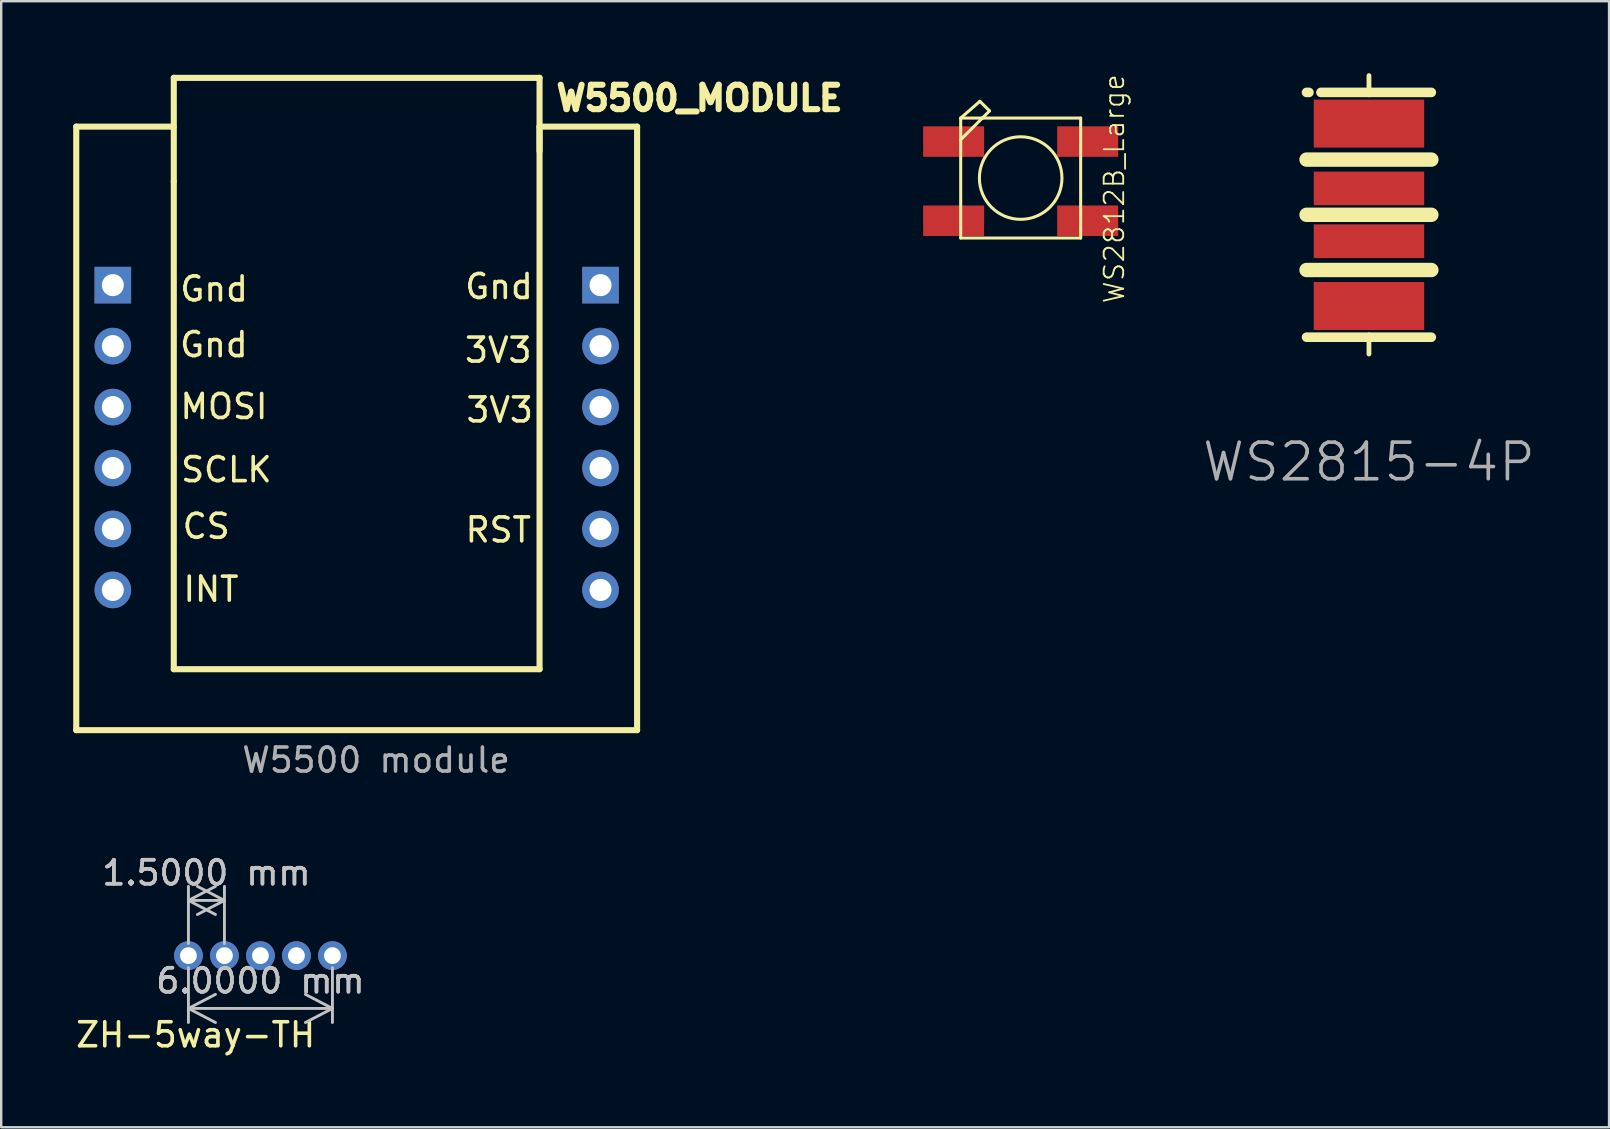
<source format=kicad_pcb>
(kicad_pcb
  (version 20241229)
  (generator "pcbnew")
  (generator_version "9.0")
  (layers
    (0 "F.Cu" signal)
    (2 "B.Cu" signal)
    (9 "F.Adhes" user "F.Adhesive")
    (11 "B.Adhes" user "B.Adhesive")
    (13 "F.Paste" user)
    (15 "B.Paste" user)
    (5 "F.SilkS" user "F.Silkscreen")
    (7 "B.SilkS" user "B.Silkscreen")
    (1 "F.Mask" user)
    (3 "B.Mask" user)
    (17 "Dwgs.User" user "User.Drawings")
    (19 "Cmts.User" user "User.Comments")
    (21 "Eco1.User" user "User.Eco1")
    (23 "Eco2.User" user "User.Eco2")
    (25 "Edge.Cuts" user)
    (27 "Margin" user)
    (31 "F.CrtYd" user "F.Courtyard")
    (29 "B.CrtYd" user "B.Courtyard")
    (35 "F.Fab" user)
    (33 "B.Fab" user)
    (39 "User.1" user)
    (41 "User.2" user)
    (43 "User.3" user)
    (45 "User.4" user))
  (footprint "WS2812B_Large"
    (layer "F.Cu")
    (at 39.477 4.369)
    (property "Reference" "WS2812B_Large" (at 3.899 0.445 270) (layer "F.SilkS") (effects (font (size 0.813 0.813) (thickness 0.076))))
    (attr smd)
    (fp_line (start -2.499 -2.499) (end -1.598 -2.499) (stroke (width 0.127) (type solid)) (layer "F.SilkS"))
    (fp_line (start -2.499 -1.598) (end -2.499 -2.499) (stroke (width 0.127) (type solid)) (layer "F.SilkS"))
    (fp_line (start -2.499 -1.598) (end -1.598 -2.499) (stroke (width 0.127) (type solid)) (layer "F.SilkS"))
    (fp_line (start -2.499 2.499) (end -2.499 -1.598) (stroke (width 0.127) (type solid)) (layer "F.SilkS"))
    (fp_line (start -1.699 -3.198) (end -2.499 -2.499) (stroke (width 0.127) (type solid)) (layer "F.SilkS"))
    (fp_line (start -1.598 -2.499) (end -1.298 -2.799) (stroke (width 0.127) (type solid)) (layer "F.SilkS"))
    (fp_line (start -1.598 -2.499) (end 2.499 -2.499) (stroke (width 0.127) (type solid)) (layer "F.SilkS"))
    (fp_line (start -1.298 -2.799) (end -1.699 -3.198) (stroke (width 0.127) (type solid)) (layer "F.SilkS"))
    (fp_line (start 2.499 -2.499) (end 2.499 2.499) (stroke (width 0.127) (type solid)) (layer "F.SilkS"))
    (fp_line (start 2.499 2.499) (end -2.499 2.499) (stroke (width 0.127) (type solid)) (layer "F.SilkS"))
    (fp_circle (center 0 0) (end 0 -1.72) (stroke (width 0.127) (type solid)) (fill no) (layer "F.SilkS"))
    (pad "11-V" smd rect (at 2.791 1.778) (size 2.54 1.27) (layers "F.Cu" "F.Mask" "F.Paste"))
    (pad "22-D" smd rect (at 2.791 -1.521) (size 2.54 1.27) (layers "F.Cu" "F.Mask" "F.Paste"))
    (pad "33-G" smd rect (at -2.794 -1.521) (size 2.54 1.27) (layers "F.Cu" "F.Mask" "F.Paste"))
    (pad "44-D" smd rect (at -2.794 1.778) (size 2.54 1.27) (layers "F.Cu" "F.Mask" "F.Paste")))
  (footprint "W5500_MODULE"
    (layer "F.Cu")
    (at 11.811 15.18)
    (property "Reference" "W5500_MODULE" (at 8.19 -14.14 0) (layer "F.SilkS") (effects (font (size 1.016 1.016) (thickness 0.254)) (justify left)))
    (attr through_hole)
    (fp_line (start -11.684 -12.954) (end -11.684 12.192) (stroke (width 0.254) (type solid)) (layer "F.SilkS"))
    (fp_line (start -11.684 12.192) (end 11.684 12.192) (stroke (width 0.254) (type solid)) (layer "F.SilkS"))
    (fp_line (start -7.62 -14.986) (end -7.62 -10.668) (stroke (width 0.254) (type solid)) (layer "F.SilkS"))
    (fp_line (start -7.62 -12.954) (end -11.684 -12.954) (stroke (width 0.254) (type solid)) (layer "F.SilkS"))
    (fp_line (start -7.62 -10.668) (end -7.62 9.652) (stroke (width 0.254) (type solid)) (layer "F.SilkS"))
    (fp_line (start -7.62 9.652) (end 7.62 9.652) (stroke (width 0.254) (type solid)) (layer "F.SilkS"))
    (fp_line (start 7.62 -14.986) (end -7.62 -14.986) (stroke (width 0.254) (type solid)) (layer "F.SilkS"))
    (fp_line (start 7.62 -12.954) (end 7.62 -11.938) (stroke (width 0.254) (type solid)) (layer "F.SilkS"))
    (fp_line (start 7.62 9.652) (end 7.62 -14.986) (stroke (width 0.254) (type solid)) (layer "F.SilkS"))
    (fp_line (start 11.684 -12.954) (end 7.62 -12.954) (stroke (width 0.254) (type solid)) (layer "F.SilkS"))
    (fp_line (start 11.684 12.192) (end 11.684 -12.954) (stroke (width 0.254) (type solid)) (layer "F.SilkS"))
    (fp_text user "RST" (at 5.9 3.85 0) (layer "F.SilkS") (effects (font (size 1 1) (thickness 0.15))))
    (fp_text user "Gnd" (at -5.94 -6.19 0) (layer "F.SilkS") (effects (font (size 1 1) (thickness 0.15))))
    (fp_text user "Gnd" (at 5.93 -6.29 0) (layer "F.SilkS") (effects (font (size 1 1) (thickness 0.15))))
    (fp_text user "MOSI" (at -5.53 -1.29 0) (layer "F.SilkS") (effects (font (size 1 1) (thickness 0.15))))
    (fp_text user "3V3" (at 5.9 -3.64 0) (layer "F.SilkS") (effects (font (size 1 1) (thickness 0.15))))
    (fp_text user "CS" (at -6.27 3.7 0) (layer "F.SilkS") (effects (font (size 1 1) (thickness 0.15))))
    (fp_text user "SCLK" (at -5.43 1.34 0) (layer "F.SilkS") (effects (font (size 1 1) (thickness 0.15))))
    (fp_text user "Gnd" (at -5.95 -3.87 0) (layer "F.SilkS") (effects (font (size 1 1) (thickness 0.15))))
    (fp_text user "INT" (at -6.07 6.32 0) (layer "F.SilkS") (effects (font (size 1 1) (thickness 0.15))))
    (fp_text user "3V3" (at 5.96 -1.15 0) (layer "F.SilkS") (effects (font (size 1 1) (thickness 0.15))))
    (fp_text user "W5500 module" (at 0.81 13.44 0) (layer "F.Fab") (effects (font (size 1 1) (thickness 0.15))))
    (pad "1" thru_hole rect (at -10.16 -6.35) (size 1.524 1.524) (drill oval 0.914 0.919) (layers "*.Cu" "*.Paste" "*.Mask"))
    (pad "2" thru_hole circle (at -10.16 -3.81) (size 1.524 1.524) (drill oval 0.914 0.919) (layers "*.Cu" "*.Paste" "*.Mask"))
    (pad "3" thru_hole circle (at -10.16 -1.27) (size 1.524 1.524) (drill oval 0.914 0.919) (layers "*.Cu" "*.Paste" "*.Mask"))
    (pad "4" thru_hole circle (at -10.16 1.27) (size 1.524 1.524) (drill oval 0.914 0.919) (layers "*.Cu" "*.Paste" "*.Mask"))
    (pad "5" thru_hole circle (at -10.16 3.81) (size 1.524 1.524) (drill oval 0.914 0.919) (layers "*.Cu" "*.Paste" "*.Mask"))
    (pad "6" thru_hole circle (at -10.16 6.35) (size 1.524 1.524) (drill oval 0.914 0.919) (layers "*.Cu" "*.Paste" "*.Mask"))
    (pad "7" thru_hole circle (at 10.16 6.35) (size 1.524 1.524) (drill oval 0.914 0.919) (layers "*.Cu" "*.Paste" "*.Mask"))
    (pad "8" thru_hole circle (at 10.16 3.81) (size 1.524 1.524) (drill oval 0.914 0.919) (layers "*.Cu" "*.Paste" "*.Mask"))
    (pad "9" thru_hole circle (at 10.16 1.27) (size 1.524 1.524) (drill oval 0.914 0.919) (layers "*.Cu" "*.Paste" "*.Mask"))
    (pad "10" thru_hole circle (at 10.16 -1.27) (size 1.524 1.524) (drill oval 0.914 0.919) (layers "*.Cu" "*.Paste" "*.Mask"))
    (pad "11" thru_hole circle (at 10.16 -3.81) (size 1.524 1.524) (drill oval 0.914 0.919) (layers "*.Cu" "*.Paste" "*.Mask"))
    (pad "12" thru_hole rect (at 10.16 -6.35) (size 1.524 1.524) (drill oval 0.914 0.919) (layers "*.Cu" "*.Paste" "*.Mask")))
  (footprint "WS2815-4P"
    (layer "F.Cu")
    (at 53.988 5.9)
    (property "Reference" "WS2815-4P" (at 0 10.299 0) (layer "F.Fab") (effects (font (size 1.524 1.524) (thickness 0.15))))
    (attr smd)
    (fp_line (start -2.6 -2.3) (end 2.6 -2.3) (stroke (width 0.6) (type default)) (layer "F.SilkS"))
    (fp_line (start -2.6 0) (end 2.6 0) (stroke (width 0.6) (type default)) (layer "F.SilkS"))
    (fp_line (start -2.6 2.3) (end 2.6 2.3) (stroke (width 0.6) (type default)) (layer "F.SilkS"))
    (fp_line (start -2.598 5.1) (end 2.598 5.1) (stroke (width 0.4) (type solid)) (layer "F.SilkS"))
    (fp_line (start -2.5 -5.1) (end -2.6 -5.1) (stroke (width 0.4) (type solid)) (layer "F.SilkS"))
    (fp_line (start -2 -5.1) (end 2.598 -5.1) (stroke (width 0.4) (type solid)) (layer "F.SilkS"))
    (fp_line (start 0 -5.8) (end 0 -4.999) (stroke (width 0.2) (type solid)) (layer "F.SilkS"))
    (fp_line (start 0 5) (end 0 5.8) (stroke (width 0.2) (type solid)) (layer "F.SilkS"))
    (pad "1" smd rect (at 0 -3.8 180) (size 4.6 2) (layers "F.Cu" "F.Mask" "F.Paste"))
    (pad "2" smd rect (at 0 -1.1 180) (size 4.6 1.4) (layers "F.Cu" "F.Mask" "F.Paste"))
    (pad "3" smd rect (at 0 1.1 180) (size 4.6 1.4) (layers "F.Cu" "F.Mask" "F.Paste"))
    (pad "4" smd rect (at 0 3.8 180) (size 4.6 2) (layers "F.Cu" "F.Mask" "F.Paste")))
  (footprint "ZH-5way-TH"
    (layer "F.Cu")
    (at 4.801 40.667)
    (property "Reference" "ZH-5way-TH" (at 0.3 -0.6 0) (unlocked yes) (layer "F.SilkS") (effects (font (size 1 1) (thickness 0.15))))
    (attr through_hole)
    (dimension (type aligned) (layer "Dwgs.User") (pts (xy 4.801 36.767) (xy 6.301 36.767)) (height -2.3) (format (prefix "") (suffix "") (units 3) (units_format 1) (precision 4)) (style (thickness 0.12) (arrow_length 1.27) (text_position_mode 0) (arrow_direction outward) (extension_height 0.586) (extension_offset 0.5) (keep_text_aligned yes)) (gr_text "1.5000 mm" (at 5.551 33.317 0) (layer "Dwgs.User") (effects (font (size 1 1) (thickness 0.15)))))
    (dimension (type aligned) (layer "Dwgs.User") (pts (xy 4.801 36.767) (xy 10.801 36.767)) (height 2.2) (format (prefix "") (suffix "") (units 3) (units_format 1) (precision 4)) (style (thickness 0.12) (arrow_length 1.27) (text_position_mode 0) (arrow_direction outward) (extension_height 0.586) (extension_offset 0.5) (keep_text_aligned yes)) (gr_text "6.0000 mm" (at 7.801 37.817 0) (layer "Dwgs.User") (effects (font (size 1 1) (thickness 0.15)))))
    (pad "1" thru_hole circle (at 0 -3.9) (size 1.2 1.2) (drill 0.7) (layers "*.Cu" "*.Mask"))
    (pad "2" thru_hole circle (at 1.5 -3.9) (size 1.2 1.2) (drill 0.7) (layers "*.Cu" "*.Mask"))
    (pad "3" thru_hole circle (at 3 -3.9) (size 1.2 1.2) (drill 0.7) (layers "*.Cu" "*.Mask"))
    (pad "4" thru_hole circle (at 4.5 -3.9) (size 1.2 1.2) (drill 0.7) (layers "*.Cu" "*.Mask"))
    (pad "5" thru_hole circle (at 6 -3.9) (size 1.2 1.2) (drill 0.7) (layers "*.Cu" "*.Mask")))
  (gr_rect
    (start -3 -3)
    (end 63.992 43.917)
    (stroke (width 0.1) (type default))
    (fill no)
    (layer "Edge.Cuts")))
</source>
